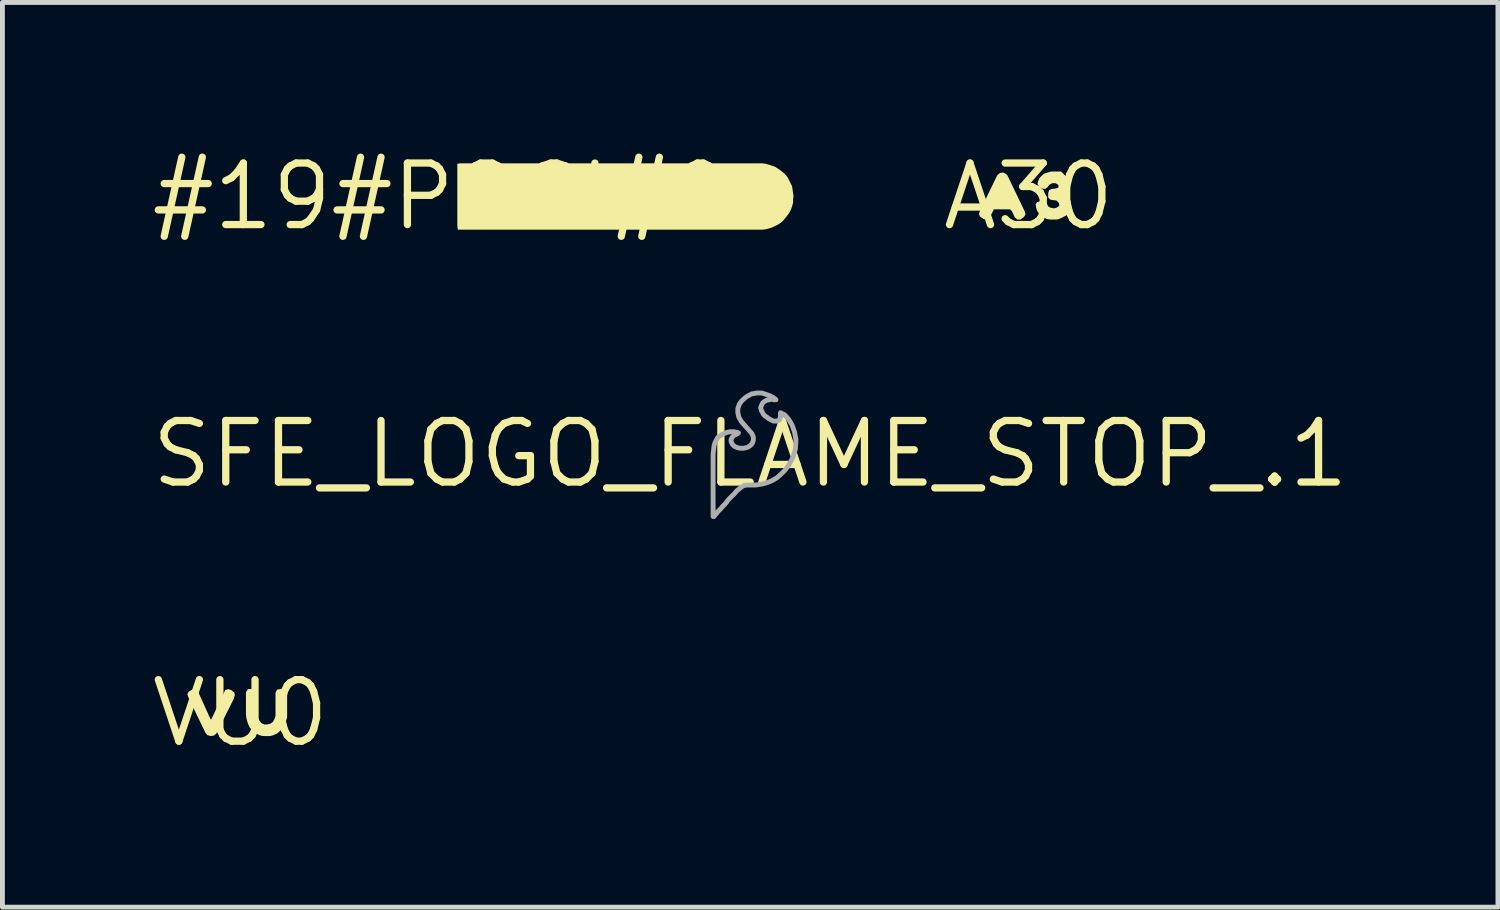
<source format=kicad_pcb>
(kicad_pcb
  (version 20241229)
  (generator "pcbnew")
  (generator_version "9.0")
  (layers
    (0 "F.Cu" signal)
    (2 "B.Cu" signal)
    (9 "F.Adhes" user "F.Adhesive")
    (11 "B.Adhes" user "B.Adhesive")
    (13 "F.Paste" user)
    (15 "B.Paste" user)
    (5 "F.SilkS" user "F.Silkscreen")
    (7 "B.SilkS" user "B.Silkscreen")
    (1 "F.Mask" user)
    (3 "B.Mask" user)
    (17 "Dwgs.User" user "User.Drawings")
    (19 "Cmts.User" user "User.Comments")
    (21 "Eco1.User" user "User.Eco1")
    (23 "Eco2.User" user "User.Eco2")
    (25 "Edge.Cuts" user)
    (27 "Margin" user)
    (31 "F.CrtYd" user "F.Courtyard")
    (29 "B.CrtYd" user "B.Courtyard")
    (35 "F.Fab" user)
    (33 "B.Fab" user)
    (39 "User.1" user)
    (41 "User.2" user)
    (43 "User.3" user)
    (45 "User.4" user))
  (footprint "A30"
    (layer "F.Cu")
    (at 18.182 1.006)
    (property "Reference" "A30" (at 0 0 0) (layer "F.SilkS") (effects (font (size 1.27 1.27) (thickness 0.15))))
    (fp_poly (pts (xy -0.467 -0.464) (xy -0.436 -0.433) (xy -0.075 0.318) (xy -0.065 0.371) (xy -0.096 0.423) (xy -0.168 0.475) (xy -0.232 0.475) (xy -0.284 0.433) (xy -0.344 0.303) (xy -0.382 0.265) (xy -0.717 0.265) (xy -0.776 0.382) (xy -0.806 0.444) (xy -0.869 0.475) (xy -0.932 0.465) (xy -1.004 0.413) (xy -1.025 0.36) (xy -1.005 0.298) (xy -0.674 -0.382) (xy -0.644 -0.443) (xy -0.592 -0.485) (xy -0.519 -0.495)) (stroke (width 0) (type default)) (fill yes) (layer "F.SilkS"))
    (fp_poly (pts (xy 0.774 -0.413) (xy 0.814 -0.363) (xy 0.845 -0.302) (xy 0.855 -0.23) (xy 0.855 -0.159) (xy 0.824 -0.097) (xy 0.785 -0.058) (xy 0.785 -0.022) (xy 0.834 0.027) (xy 0.865 0.088) (xy 0.875 0.15) (xy 0.875 0.221) (xy 0.855 0.282) (xy 0.814 0.343) (xy 0.773 0.394) (xy 0.652 0.455) (xy 0.591 0.475) (xy 0.44 0.475) (xy 0.378 0.465) (xy 0.257 0.404) (xy 0.216 0.353) (xy 0.175 0.292) (xy 0.155 0.231) (xy 0.145 0.159) (xy 0.177 0.116) (xy 0.25 0.095) (xy 0.332 0.105) (xy 0.374 0.137) (xy 0.404 0.206) (xy 0.462 0.235) (xy 0.53 0.245) (xy 0.588 0.226) (xy 0.635 0.188) (xy 0.625 0.132) (xy 0.578 0.085) (xy 0.509 0.075) (xy 0.448 0.065) (xy 0.405 0.022) (xy 0.405 -0.071) (xy 0.426 -0.134) (xy 0.479 -0.155) (xy 0.559 -0.165) (xy 0.615 -0.184) (xy 0.615 -0.237) (xy 0.558 -0.275) (xy 0.491 -0.275) (xy 0.433 -0.246) (xy 0.394 -0.196) (xy 0.341 -0.155) (xy 0.278 -0.165) (xy 0.216 -0.206) (xy 0.185 -0.259) (xy 0.195 -0.311) (xy 0.226 -0.383) (xy 0.277 -0.434) (xy 0.328 -0.475) (xy 0.399 -0.495) (xy 0.469 -0.515) (xy 0.672 -0.515)) (stroke (width 0) (type default)) (fill yes) (layer "F.SilkS")))
  (footprint "SFE_LOGO_FLAME_STOP_.1"
    (layer "F.Cu")
    (at 12.435 6.32)
    (property "Reference" "SFE_LOGO_FLAME_STOP_.1" (at 0 0 0) (layer "F.SilkS") (effects (font (size 1.27 1.27) (thickness 0.15))))
    (fp_poly (pts (xy 0.332 -1.228) (xy 0.412 -1.198) (xy 0.473 -1.167) (xy 0.513 -1.137) (xy 0.532 -1.118) (xy 0.489 -1.118) (xy 0.459 -1.128) (xy 0.431 -1.128) (xy 0.391 -1.118) (xy 0.342 -1.108) (xy 0.303 -1.089) (xy 0.264 -1.06) (xy 0.245 -1.031) (xy 0.235 -1.001) (xy 0.225 -0.981) (xy 0.215 -0.953) (xy 0.225 -0.924) (xy 0.235 -0.885) (xy 0.254 -0.856) (xy 0.274 -0.816) (xy 0.303 -0.787) (xy 0.333 -0.767) (xy 0.373 -0.737) (xy 0.403 -0.717) (xy 0.481 -0.678) (xy 0.549 -0.678) (xy 0.578 -0.688) (xy 0.606 -0.706) (xy 0.625 -0.764) (xy 0.625 -0.851) (xy 0.713 -0.807) (xy 0.794 -0.716) (xy 0.865 -0.595) (xy 0.915 -0.454) (xy 0.945 -0.293) (xy 0.935 -0.112) (xy 0.885 0.069) (xy 0.784 0.25) (xy 0.714 0.34) (xy 0.633 0.421) (xy 0.553 0.491) (xy 0.452 0.551) (xy 0.352 0.592) (xy 0.241 0.622) (xy 0.12 0.642) (xy -0.07 0.642) (xy -0.128 0.652) (xy -0.177 0.681) (xy -0.276 0.761) (xy -0.326 0.82) (xy -0.456 0.95) (xy -0.506 1.02) (xy -0.566 1.08) (xy -0.616 1.14) (xy -0.666 1.19) (xy -0.696 1.23) (xy -0.726 1.26) (xy -0.747 1.292) (xy -0.765 1.292) (xy -0.765 0.007) (xy -0.745 -0.174) (xy -0.725 -0.235) (xy -0.694 -0.295) (xy -0.664 -0.347) (xy -0.613 -0.377) (xy -0.572 -0.407) (xy -0.471 -0.448) (xy -0.41 -0.458) (xy -0.329 -0.458) (xy -0.289 -0.448) (xy -0.269 -0.448) (xy -0.242 -0.434) (xy -0.257 -0.419) (xy -0.298 -0.398) (xy -0.327 -0.389) (xy -0.366 -0.35) (xy -0.385 -0.321) (xy -0.395 -0.292) (xy -0.395 -0.264) (xy -0.385 -0.235) (xy -0.366 -0.196) (xy -0.337 -0.167) (xy -0.308 -0.147) (xy -0.259 -0.128) (xy -0.21 -0.118) (xy -0.131 -0.118) (xy -0.052 -0.138) (xy 0.007 -0.177) (xy 0.046 -0.225) (xy 0.065 -0.284) (xy 0.065 -0.352) (xy 0.036 -0.42) (xy -0.034 -0.5) (xy -0.034 -0.5) (xy -0.114 -0.59) (xy -0.184 -0.67) (xy -0.235 -0.761) (xy -0.255 -0.852) (xy -0.255 -0.934) (xy -0.225 -1.025) (xy -0.174 -1.096) (xy -0.083 -1.177) (xy 0.028 -1.238) (xy 0.14 -1.258) (xy 0.241 -1.258)) (stroke (width 0) (type default)) (fill yes) (layer "F.Mask"))
    (fp_poly (pts (xy 0.332 -1.228) (xy 0.412 -1.198) (xy 0.473 -1.167) (xy 0.513 -1.137) (xy 0.532 -1.118) (xy 0.489 -1.118) (xy 0.459 -1.128) (xy 0.431 -1.128) (xy 0.391 -1.118) (xy 0.342 -1.108) (xy 0.303 -1.089) (xy 0.264 -1.06) (xy 0.245 -1.031) (xy 0.235 -1.001) (xy 0.225 -0.981) (xy 0.215 -0.953) (xy 0.225 -0.924) (xy 0.235 -0.885) (xy 0.254 -0.856) (xy 0.274 -0.816) (xy 0.303 -0.787) (xy 0.333 -0.767) (xy 0.373 -0.737) (xy 0.403 -0.717) (xy 0.481 -0.678) (xy 0.549 -0.678) (xy 0.578 -0.688) (xy 0.606 -0.706) (xy 0.625 -0.764) (xy 0.625 -0.851) (xy 0.713 -0.807) (xy 0.794 -0.716) (xy 0.865 -0.595) (xy 0.915 -0.454) (xy 0.945 -0.293) (xy 0.935 -0.112) (xy 0.885 0.069) (xy 0.784 0.25) (xy 0.714 0.34) (xy 0.633 0.421) (xy 0.553 0.491) (xy 0.452 0.551) (xy 0.352 0.592) (xy 0.241 0.622) (xy 0.12 0.642) (xy -0.07 0.642) (xy -0.128 0.652) (xy -0.177 0.681) (xy -0.276 0.761) (xy -0.326 0.82) (xy -0.456 0.95) (xy -0.506 1.02) (xy -0.566 1.08) (xy -0.616 1.14) (xy -0.666 1.19) (xy -0.696 1.23) (xy -0.726 1.26) (xy -0.747 1.292) (xy -0.765 1.292) (xy -0.765 0.007) (xy -0.745 -0.174) (xy -0.725 -0.235) (xy -0.694 -0.295) (xy -0.664 -0.347) (xy -0.613 -0.377) (xy -0.572 -0.407) (xy -0.471 -0.448) (xy -0.41 -0.458) (xy -0.329 -0.458) (xy -0.289 -0.448) (xy -0.269 -0.448) (xy -0.242 -0.434) (xy -0.257 -0.419) (xy -0.298 -0.398) (xy -0.327 -0.389) (xy -0.366 -0.35) (xy -0.385 -0.321) (xy -0.395 -0.292) (xy -0.395 -0.264) (xy -0.385 -0.235) (xy -0.366 -0.196) (xy -0.337 -0.167) (xy -0.308 -0.147) (xy -0.259 -0.128) (xy -0.21 -0.118) (xy -0.131 -0.118) (xy -0.052 -0.138) (xy 0.007 -0.177) (xy 0.046 -0.225) (xy 0.065 -0.284) (xy 0.065 -0.352) (xy 0.036 -0.42) (xy -0.034 -0.5) (xy -0.034 -0.5) (xy -0.114 -0.59) (xy -0.184 -0.67) (xy -0.235 -0.761) (xy -0.255 -0.852) (xy -0.255 -0.934) (xy -0.225 -1.025) (xy -0.174 -1.096) (xy -0.083 -1.177) (xy 0.028 -1.238) (xy 0.14 -1.258) (xy 0.241 -1.258)) (stroke (width 0.1) (type default)) (fill no) (layer "F.Fab")))
  (footprint "#19#POCI#0"
    (layer "F.Cu")
    (at 6.055 1.006)
    (property "Reference" "#19#POCI#0" (at 0 0 0) (layer "F.SilkS") (effects (font (size 1.27 1.27) (thickness 0.15))))
    (fp_poly (pts (xy 1.774 -0.264) (xy 1.795 -0.21) (xy 1.774 -0.136) (xy 1.721 -0.115) (xy 1.638 -0.115) (xy 1.595 -0.168) (xy 1.595 -0.232) (xy 1.638 -0.285) (xy 1.701 -0.285)) (stroke (width 0) (type default)) (fill yes) (layer "F.SilkS"))
    (fp_poly (pts (xy 3.532 -0.245) (xy 3.594 -0.203) (xy 3.615 -0.14) (xy 3.605 -0.067) (xy 3.552 -0.025) (xy 3.511 -0.015) (xy 3.368 -0.015) (xy 3.325 -0.048) (xy 3.325 -0.255) (xy 3.47 -0.255)) (stroke (width 0) (type default)) (fill yes) (layer "F.SilkS"))
    (fp_poly (pts (xy 4.572 -0.265) (xy 4.633 -0.234) (xy 4.684 -0.183) (xy 4.715 -0.132) (xy 4.735 -0.061) (xy 4.735 0.01) (xy 4.725 0.082) (xy 4.694 0.143) (xy 4.653 0.194) (xy 4.592 0.225) (xy 4.521 0.245) (xy 4.459 0.245) (xy 4.398 0.225) (xy 4.337 0.184) (xy 4.286 0.143) (xy 4.245 0.061) (xy 4.245 -0.01) (xy 4.255 -0.081) (xy 4.276 -0.142) (xy 4.316 -0.194) (xy 4.378 -0.244) (xy 4.439 -0.265) (xy 4.5 -0.275)) (stroke (width 0) (type default)) (fill yes) (layer "F.SilkS"))
    (fp_poly (pts (xy 6.63 -0.685) (xy 6.701 -0.675) (xy 6.771 -0.655) (xy 6.832 -0.635) (xy 6.892 -0.615) (xy 7.013 -0.534) (xy 7.063 -0.494) (xy 7.114 -0.443) (xy 7.154 -0.393) (xy 7.245 -0.212) (xy 7.255 -0.141) (xy 7.265 -0.071) (xy 7.275 -0.01) (xy 7.265 0.06) (xy 7.265 0.131) (xy 7.245 0.201) (xy 7.225 0.262) (xy 7.194 0.323) (xy 7.154 0.383) (xy 7.114 0.433) (xy 7.074 0.483) (xy 7.023 0.534) (xy 6.963 0.574) (xy 6.842 0.635) (xy 6.781 0.655) (xy 6.711 0.675) (xy 6.64 0.685) (xy 0.346 0.685) (xy 0.335 0.62) (xy 0.335 -0.674) (xy 0.39 -0.685)) (stroke (width 0) (type default)) (fill yes) (layer "F.SilkS")))
  (footprint "VU0"
    (layer "F.Cu")
    (at 1.912 11.669)
    (property "Reference" "VU0" (at 0 0 0) (layer "F.SilkS") (effects (font (size 1.27 1.27) (thickness 0.15))))
    (fp_poly (pts (xy -0.876 -0.443) (xy -0.855 -0.402) (xy -0.616 0.126) (xy -0.602 0.133) (xy -0.314 -0.474) (xy -0.25 -0.495) (xy -0.188 -0.474) (xy -0.125 -0.423) (xy -0.115 -0.37) (xy -0.135 -0.298) (xy -0.496 0.423) (xy -0.548 0.465) (xy -0.61 0.475) (xy -0.683 0.454) (xy -0.724 0.403) (xy -1.075 -0.328) (xy -1.095 -0.391) (xy -1.064 -0.444) (xy -0.992 -0.485) (xy -0.928 -0.495)) (stroke (width 0) (type default)) (fill yes) (layer "F.SilkS"))
    (fp_poly (pts (xy 0.345 -0.452) (xy 0.355 -0.38) (xy 0.355 0.03) (xy 0.365 0.098) (xy 0.394 0.157) (xy 0.433 0.206) (xy 0.491 0.235) (xy 0.559 0.235) (xy 0.628 0.215) (xy 0.676 0.177) (xy 0.705 0.118) (xy 0.725 0.059) (xy 0.725 -0.421) (xy 0.757 -0.485) (xy 0.82 -0.495) (xy 0.891 -0.495) (xy 0.955 -0.463) (xy 0.965 -0.39) (xy 0.965 0.091) (xy 0.945 0.151) (xy 0.925 0.222) (xy 0.894 0.283) (xy 0.854 0.333) (xy 0.803 0.384) (xy 0.753 0.424) (xy 0.682 0.455) (xy 0.621 0.475) (xy 0.48 0.475) (xy 0.419 0.465) (xy 0.347 0.434) (xy 0.297 0.394) (xy 0.247 0.354) (xy 0.196 0.303) (xy 0.165 0.242) (xy 0.145 0.181) (xy 0.125 0.111) (xy 0.115 0.04) (xy 0.115 -0.432) (xy 0.157 -0.495) (xy 0.302 -0.495)) (stroke (width 0) (type default)) (fill yes) (layer "F.SilkS")))
  (gr_rect
    (start -3 -3)
    (end 27.87 15.675)
    (stroke (width 0.1) (type default))
    (fill no)
    (layer "Edge.Cuts")))
</source>
